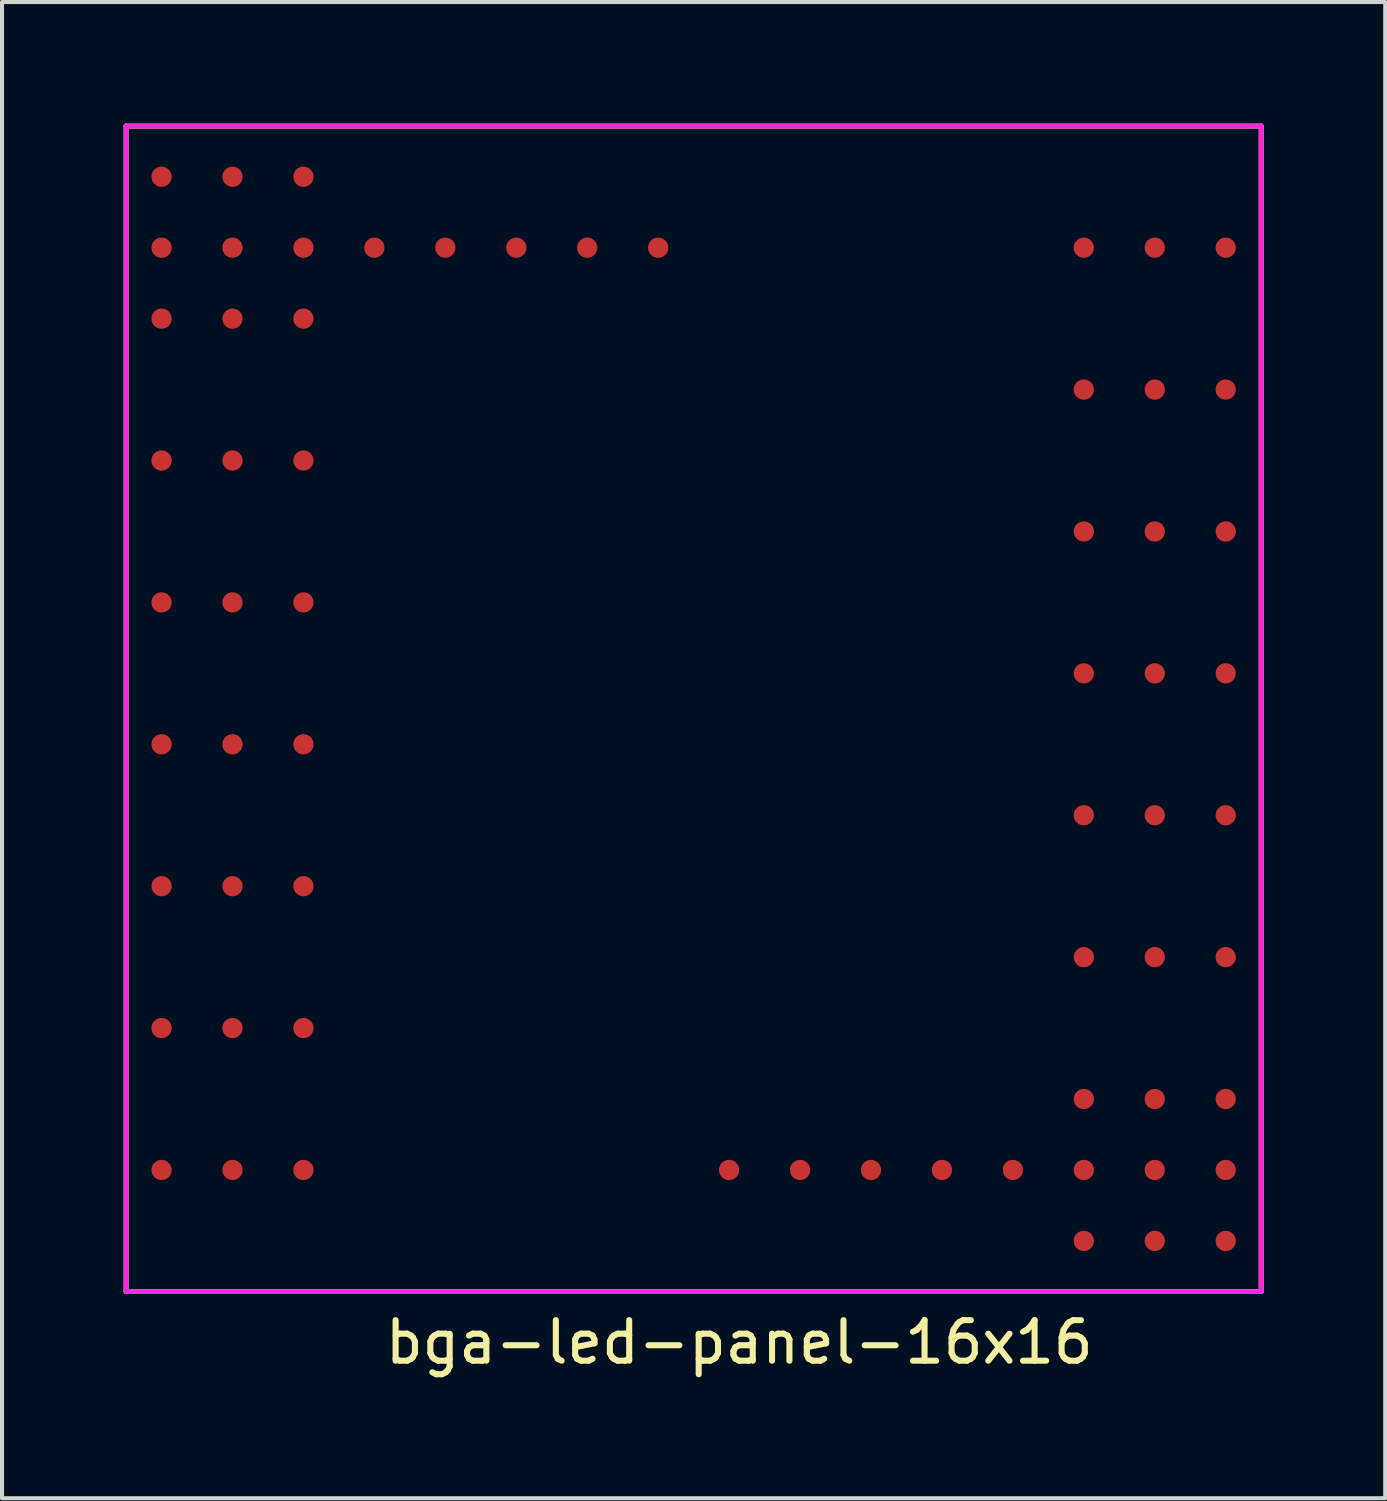
<source format=kicad_pcb>
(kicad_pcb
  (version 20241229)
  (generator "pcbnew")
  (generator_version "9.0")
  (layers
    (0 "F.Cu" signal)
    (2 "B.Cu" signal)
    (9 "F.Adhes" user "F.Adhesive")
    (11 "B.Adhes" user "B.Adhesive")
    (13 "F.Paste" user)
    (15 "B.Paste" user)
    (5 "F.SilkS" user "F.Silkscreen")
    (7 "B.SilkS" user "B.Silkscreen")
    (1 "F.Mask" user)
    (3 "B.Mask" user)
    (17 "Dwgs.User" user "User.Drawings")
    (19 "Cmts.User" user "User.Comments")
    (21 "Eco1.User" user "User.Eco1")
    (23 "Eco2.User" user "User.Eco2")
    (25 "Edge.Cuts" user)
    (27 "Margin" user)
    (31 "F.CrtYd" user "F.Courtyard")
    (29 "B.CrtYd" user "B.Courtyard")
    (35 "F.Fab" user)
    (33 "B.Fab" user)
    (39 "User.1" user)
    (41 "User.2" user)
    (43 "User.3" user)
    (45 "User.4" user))
  (footprint "bga-led-panel-16x16"
    (layer "F.Cu")
    (at 14.06 14.43)
    (property "Reference" "bga-led-panel-16x16" (at 1.125 15.63 0) (layer "F.SilkS") (effects (font (size 1 1) (thickness 0.15))))
    (attr smd)
    (fp_line (start -14 -14.37) (end -14 14.38) (stroke (width 0.12) (type solid)) (layer "F.SilkS"))
    (fp_line (start -14 14.38) (end 14 14.38) (stroke (width 0.12) (type solid)) (layer "F.SilkS"))
    (fp_line (start 14 -14.37) (end -14 -14.37) (stroke (width 0.12) (type solid)) (layer "F.SilkS"))
    (fp_line (start 14 -14.37) (end 14 14.38) (stroke (width 0.12) (type solid)) (layer "F.SilkS"))
    (fp_line (start -14 -14.37) (end -14 14.38) (stroke (width 0.12) (type solid)) (layer "F.CrtYd"))
    (fp_line (start -14 14.38) (end 14 14.38) (stroke (width 0.12) (type solid)) (layer "F.CrtYd"))
    (fp_line (start 14 -14.37) (end -14 -14.37) (stroke (width 0.12) (type solid)) (layer "F.CrtYd"))
    (fp_line (start 14 -14.37) (end 14 14.38) (stroke (width 0.12) (type solid)) (layer "F.CrtYd"))
    (pad "" smd roundrect (at -13.125 -13.12) (size 0.55 0.55) (layers "F.Paste") (roundrect_rratio 0.25))
    (pad "" smd roundrect (at -13.125 -11.37) (size 0.55 0.55) (layers "F.Paste") (roundrect_rratio 0.25))
    (pad "" smd roundrect (at -13.125 -9.62) (size 0.55 0.55) (layers "F.Paste") (roundrect_rratio 0.25))
    (pad "" smd roundrect (at -13.125 -6.12) (size 0.55 0.55) (layers "F.Paste") (roundrect_rratio 0.25))
    (pad "" smd roundrect (at -13.125 -2.62) (size 0.55 0.55) (layers "F.Paste") (roundrect_rratio 0.25))
    (pad "" smd roundrect (at -13.125 0.88) (size 0.55 0.55) (layers "F.Paste") (roundrect_rratio 0.25))
    (pad "" smd roundrect (at -13.125 4.38) (size 0.55 0.55) (layers "F.Paste") (roundrect_rratio 0.25))
    (pad "" smd roundrect (at -13.125 7.88) (size 0.55 0.55) (layers "F.Paste") (roundrect_rratio 0.25))
    (pad "" smd roundrect (at -13.125 11.38) (size 0.55 0.55) (layers "F.Paste") (roundrect_rratio 0.25))
    (pad "" smd roundrect (at -11.375 -13.12) (size 0.55 0.55) (layers "F.Paste") (roundrect_rratio 0.25))
    (pad "" smd roundrect (at -11.375 -11.37) (size 0.55 0.55) (layers "F.Paste") (roundrect_rratio 0.25))
    (pad "" smd roundrect (at -11.375 -9.62) (size 0.55 0.55) (layers "F.Paste") (roundrect_rratio 0.25))
    (pad "" smd roundrect (at -11.375 -6.12) (size 0.55 0.55) (layers "F.Paste") (roundrect_rratio 0.25))
    (pad "" smd roundrect (at -11.375 -2.62) (size 0.55 0.55) (layers "F.Paste") (roundrect_rratio 0.25))
    (pad "" smd roundrect (at -11.375 0.88) (size 0.55 0.55) (layers "F.Paste") (roundrect_rratio 0.25))
    (pad "" smd roundrect (at -11.375 4.38) (size 0.55 0.55) (layers "F.Paste") (roundrect_rratio 0.25))
    (pad "" smd roundrect (at -11.375 7.88) (size 0.55 0.55) (layers "F.Paste") (roundrect_rratio 0.25))
    (pad "" smd roundrect (at -11.375 11.38) (size 0.55 0.55) (layers "F.Paste") (roundrect_rratio 0.25))
    (pad "" smd roundrect (at -9.625 -13.12) (size 0.55 0.55) (layers "F.Paste") (roundrect_rratio 0.25))
    (pad "" smd roundrect (at -9.625 -11.37) (size 0.55 0.55) (layers "F.Paste") (roundrect_rratio 0.25))
    (pad "" smd roundrect (at -9.625 -9.62) (size 0.55 0.55) (layers "F.Paste") (roundrect_rratio 0.25))
    (pad "" smd roundrect (at -9.625 -6.12) (size 0.55 0.55) (layers "F.Paste") (roundrect_rratio 0.25))
    (pad "" smd roundrect (at -9.625 -2.62) (size 0.55 0.55) (layers "F.Paste") (roundrect_rratio 0.25))
    (pad "" smd roundrect (at -9.625 0.88) (size 0.55 0.55) (layers "F.Paste") (roundrect_rratio 0.25))
    (pad "" smd roundrect (at -9.625 4.38) (size 0.55 0.55) (layers "F.Paste") (roundrect_rratio 0.25))
    (pad "" smd roundrect (at -9.625 7.88) (size 0.55 0.55) (layers "F.Paste") (roundrect_rratio 0.25))
    (pad "" smd roundrect (at -9.625 11.38) (size 0.55 0.55) (layers "F.Paste") (roundrect_rratio 0.25))
    (pad "" smd roundrect (at -7.875 -11.37) (size 0.55 0.55) (layers "F.Paste") (roundrect_rratio 0.25))
    (pad "" smd roundrect (at -6.125 -11.37) (size 0.55 0.55) (layers "F.Paste") (roundrect_rratio 0.25))
    (pad "" smd roundrect (at -4.375 -11.37) (size 0.55 0.55) (layers "F.Paste") (roundrect_rratio 0.25))
    (pad "" smd roundrect (at -2.625 -11.37) (size 0.55 0.55) (layers "F.Paste") (roundrect_rratio 0.25))
    (pad "" smd roundrect (at -0.875 -11.37) (size 0.55 0.55) (layers "F.Paste") (roundrect_rratio 0.25))
    (pad "" smd roundrect (at 0.875 11.38) (size 0.55 0.55) (layers "F.Paste") (roundrect_rratio 0.25))
    (pad "" smd roundrect (at 2.625 11.38) (size 0.55 0.55) (layers "F.Paste") (roundrect_rratio 0.25))
    (pad "" smd roundrect (at 4.375 11.38) (size 0.55 0.55) (layers "F.Paste") (roundrect_rratio 0.25))
    (pad "" smd roundrect (at 6.125 11.38) (size 0.55 0.55) (layers "F.Paste") (roundrect_rratio 0.25))
    (pad "" smd roundrect (at 7.875 11.38) (size 0.55 0.55) (layers "F.Paste") (roundrect_rratio 0.25))
    (pad "" smd roundrect (at 9.625 -11.37) (size 0.55 0.55) (layers "F.Paste") (roundrect_rratio 0.25))
    (pad "" smd roundrect (at 9.625 -7.87) (size 0.55 0.55) (layers "F.Paste") (roundrect_rratio 0.25))
    (pad "" smd roundrect (at 9.625 -4.37) (size 0.55 0.55) (layers "F.Paste") (roundrect_rratio 0.25))
    (pad "" smd roundrect (at 9.625 -0.87) (size 0.55 0.55) (layers "F.Paste") (roundrect_rratio 0.25))
    (pad "" smd roundrect (at 9.625 2.63) (size 0.55 0.55) (layers "F.Paste") (roundrect_rratio 0.25))
    (pad "" smd roundrect (at 9.625 6.13) (size 0.55 0.55) (layers "F.Paste") (roundrect_rratio 0.25))
    (pad "" smd roundrect (at 9.625 9.63) (size 0.55 0.55) (layers "F.Paste") (roundrect_rratio 0.25))
    (pad "" smd roundrect (at 9.625 11.38) (size 0.55 0.55) (layers "F.Paste") (roundrect_rratio 0.25))
    (pad "" smd roundrect (at 9.625 13.13) (size 0.55 0.55) (layers "F.Paste") (roundrect_rratio 0.25))
    (pad "" smd roundrect (at 11.375 -11.37) (size 0.55 0.55) (layers "F.Paste") (roundrect_rratio 0.25))
    (pad "" smd roundrect (at 11.375 -7.87) (size 0.55 0.55) (layers "F.Paste") (roundrect_rratio 0.25))
    (pad "" smd roundrect (at 11.375 -4.37) (size 0.55 0.55) (layers "F.Paste") (roundrect_rratio 0.25))
    (pad "" smd roundrect (at 11.375 -0.87) (size 0.55 0.55) (layers "F.Paste") (roundrect_rratio 0.25))
    (pad "" smd roundrect (at 11.375 2.63) (size 0.55 0.55) (layers "F.Paste") (roundrect_rratio 0.25))
    (pad "" smd roundrect (at 11.375 6.13) (size 0.55 0.55) (layers "F.Paste") (roundrect_rratio 0.25))
    (pad "" smd roundrect (at 11.375 9.63) (size 0.55 0.55) (layers "F.Paste") (roundrect_rratio 0.25))
    (pad "" smd roundrect (at 11.375 11.38) (size 0.55 0.55) (layers "F.Paste") (roundrect_rratio 0.25))
    (pad "" smd roundrect (at 11.375 13.13) (size 0.55 0.55) (layers "F.Paste") (roundrect_rratio 0.25))
    (pad "" smd roundrect (at 13.125 -11.37) (size 0.55 0.55) (layers "F.Paste") (roundrect_rratio 0.25))
    (pad "" smd roundrect (at 13.125 -7.87) (size 0.55 0.55) (layers "F.Paste") (roundrect_rratio 0.25))
    (pad "" smd roundrect (at 13.125 -4.37) (size 0.55 0.55) (layers "F.Paste") (roundrect_rratio 0.25))
    (pad "" smd roundrect (at 13.125 -0.87) (size 0.55 0.55) (layers "F.Paste") (roundrect_rratio 0.25))
    (pad "" smd roundrect (at 13.125 2.63) (size 0.55 0.55) (layers "F.Paste") (roundrect_rratio 0.25))
    (pad "" smd roundrect (at 13.125 6.13) (size 0.55 0.55) (layers "F.Paste") (roundrect_rratio 0.25))
    (pad "" smd roundrect (at 13.125 9.63) (size 0.55 0.55) (layers "F.Paste") (roundrect_rratio 0.25))
    (pad "" smd roundrect (at 13.125 11.38) (size 0.55 0.55) (layers "F.Paste") (roundrect_rratio 0.25))
    (pad "" smd roundrect (at 13.125 13.13) (size 0.55 0.55) (layers "F.Paste") (roundrect_rratio 0.25))
    (pad "A1" smd circle (at -13.125 -13.12) (size 0.5 0.5) (layers "F.Cu" "F.Mask"))
    (pad "A2" smd circle (at -11.375 -13.12) (size 0.5 0.5) (layers "F.Cu" "F.Mask"))
    (pad "A3" smd circle (at -9.625 -13.12) (size 0.5 0.5) (layers "F.Cu" "F.Mask"))
    (pad "B1" smd circle (at -13.125 -11.37) (size 0.5 0.5) (layers "F.Cu" "F.Mask"))
    (pad "B2" smd circle (at -11.375 -11.37) (size 0.5 0.5) (layers "F.Cu" "F.Mask"))
    (pad "B3" smd circle (at -9.625 -11.37) (size 0.5 0.5) (layers "F.Cu" "F.Mask"))
    (pad "B4" smd circle (at -7.875 -11.37) (size 0.5 0.5) (layers "F.Cu" "F.Mask"))
    (pad "B5" smd circle (at -6.125 -11.37) (size 0.5 0.5) (layers "F.Cu" "F.Mask"))
    (pad "B6" smd circle (at -4.375 -11.37) (size 0.5 0.5) (layers "F.Cu" "F.Mask"))
    (pad "B7" smd circle (at -2.625 -11.37) (size 0.5 0.5) (layers "F.Cu" "F.Mask"))
    (pad "B8" smd circle (at -0.875 -11.37) (size 0.5 0.5) (layers "F.Cu" "F.Mask"))
    (pad "B14" smd circle (at 9.625 -11.37) (size 0.5 0.5) (layers "F.Cu" "F.Mask"))
    (pad "B15" smd circle (at 11.375 -11.37) (size 0.5 0.5) (layers "F.Cu" "F.Mask"))
    (pad "B16" smd circle (at 13.125 -11.37) (size 0.5 0.5) (layers "F.Cu" "F.Mask"))
    (pad "C1" smd circle (at -13.125 -9.62) (size 0.5 0.5) (layers "F.Cu" "F.Mask"))
    (pad "C2" smd circle (at -11.375 -9.62) (size 0.5 0.5) (layers "F.Cu" "F.Mask"))
    (pad "C3" smd circle (at -9.625 -9.62) (size 0.5 0.5) (layers "F.Cu" "F.Mask"))
    (pad "D14" smd circle (at 9.625 -7.87) (size 0.5 0.5) (layers "F.Cu" "F.Mask"))
    (pad "D15" smd circle (at 11.375 -7.87) (size 0.5 0.5) (layers "F.Cu" "F.Mask"))
    (pad "D16" smd circle (at 13.125 -7.87) (size 0.5 0.5) (layers "F.Cu" "F.Mask"))
    (pad "E1" smd circle (at -13.125 -6.12) (size 0.5 0.5) (layers "F.Cu" "F.Mask"))
    (pad "E2" smd circle (at -11.375 -6.12) (size 0.5 0.5) (layers "F.Cu" "F.Mask"))
    (pad "E3" smd circle (at -9.625 -6.12) (size 0.5 0.5) (layers "F.Cu" "F.Mask"))
    (pad "F14" smd circle (at 9.625 -4.37) (size 0.5 0.5) (layers "F.Cu" "F.Mask"))
    (pad "F15" smd circle (at 11.375 -4.37) (size 0.5 0.5) (layers "F.Cu" "F.Mask"))
    (pad "F16" smd circle (at 13.125 -4.37) (size 0.5 0.5) (layers "F.Cu" "F.Mask"))
    (pad "G1" smd circle (at -13.125 -2.62) (size 0.5 0.5) (layers "F.Cu" "F.Mask"))
    (pad "G2" smd circle (at -11.375 -2.62) (size 0.5 0.5) (layers "F.Cu" "F.Mask"))
    (pad "G3" smd circle (at -9.625 -2.62) (size 0.5 0.5) (layers "F.Cu" "F.Mask"))
    (pad "H14" smd circle (at 9.625 -0.87) (size 0.5 0.5) (layers "F.Cu" "F.Mask"))
    (pad "H15" smd circle (at 11.375 -0.87) (size 0.5 0.5) (layers "F.Cu" "F.Mask"))
    (pad "H16" smd circle (at 13.125 -0.87) (size 0.5 0.5) (layers "F.Cu" "F.Mask"))
    (pad "J1" smd circle (at -13.125 0.88) (size 0.5 0.5) (layers "F.Cu" "F.Mask"))
    (pad "J2" smd circle (at -11.375 0.88) (size 0.5 0.5) (layers "F.Cu" "F.Mask"))
    (pad "J3" smd circle (at -9.625 0.88) (size 0.5 0.5) (layers "F.Cu" "F.Mask"))
    (pad "K14" smd circle (at 9.625 2.63) (size 0.5 0.5) (layers "F.Cu" "F.Mask"))
    (pad "K15" smd circle (at 11.375 2.63) (size 0.5 0.5) (layers "F.Cu" "F.Mask"))
    (pad "K16" smd circle (at 13.125 2.63) (size 0.5 0.5) (layers "F.Cu" "F.Mask"))
    (pad "L1" smd circle (at -13.125 4.38) (size 0.5 0.5) (layers "F.Cu" "F.Mask"))
    (pad "L2" smd circle (at -11.375 4.38) (size 0.5 0.5) (layers "F.Cu" "F.Mask"))
    (pad "L3" smd circle (at -9.625 4.38) (size 0.5 0.5) (layers "F.Cu" "F.Mask"))
    (pad "M14" smd circle (at 9.625 6.13) (size 0.5 0.5) (layers "F.Cu" "F.Mask"))
    (pad "M15" smd circle (at 11.375 6.13) (size 0.5 0.5) (layers "F.Cu" "F.Mask"))
    (pad "M16" smd circle (at 13.125 6.13) (size 0.5 0.5) (layers "F.Cu" "F.Mask"))
    (pad "N1" smd circle (at -13.125 7.88) (size 0.5 0.5) (layers "F.Cu" "F.Mask"))
    (pad "N2" smd circle (at -11.375 7.88) (size 0.5 0.5) (layers "F.Cu" "F.Mask"))
    (pad "N3" smd circle (at -9.625 7.88) (size 0.5 0.5) (layers "F.Cu" "F.Mask"))
    (pad "P14" smd circle (at 9.625 9.63) (size 0.5 0.5) (layers "F.Cu" "F.Mask"))
    (pad "P15" smd circle (at 11.375 9.63) (size 0.5 0.5) (layers "F.Cu" "F.Mask"))
    (pad "P16" smd circle (at 13.125 9.63) (size 0.5 0.5) (layers "F.Cu" "F.Mask"))
    (pad "R1" smd circle (at -13.125 11.38) (size 0.5 0.5) (layers "F.Cu" "F.Mask"))
    (pad "R2" smd circle (at -11.375 11.38) (size 0.5 0.5) (layers "F.Cu" "F.Mask"))
    (pad "R3" smd circle (at -9.625 11.38) (size 0.5 0.5) (layers "F.Cu" "F.Mask"))
    (pad "R9" smd circle (at 0.875 11.38) (size 0.5 0.5) (layers "F.Cu" "F.Mask"))
    (pad "R10" smd circle (at 2.625 11.38) (size 0.5 0.5) (layers "F.Cu" "F.Mask"))
    (pad "R11" smd circle (at 4.375 11.38) (size 0.5 0.5) (layers "F.Cu" "F.Mask"))
    (pad "R12" smd circle (at 6.125 11.38) (size 0.5 0.5) (layers "F.Cu" "F.Mask"))
    (pad "R13" smd circle (at 7.875 11.38) (size 0.5 0.5) (layers "F.Cu" "F.Mask"))
    (pad "R14" smd circle (at 9.625 11.38) (size 0.5 0.5) (layers "F.Cu" "F.Mask"))
    (pad "R15" smd circle (at 11.375 11.38) (size 0.5 0.5) (layers "F.Cu" "F.Mask"))
    (pad "R16" smd circle (at 13.125 11.38) (size 0.5 0.5) (layers "F.Cu" "F.Mask"))
    (pad "T14" smd circle (at 9.625 13.13) (size 0.5 0.5) (layers "F.Cu" "F.Mask"))
    (pad "T15" smd circle (at 11.375 13.13) (size 0.5 0.5) (layers "F.Cu" "F.Mask"))
    (pad "T16" smd circle (at 13.125 13.13) (size 0.5 0.5) (layers "F.Cu" "F.Mask")))
  (gr_rect
    (start -3 -3)
    (end 31.12 33.908)
    (stroke (width 0.1) (type default))
    (fill no)
    (layer "Edge.Cuts")))
</source>
